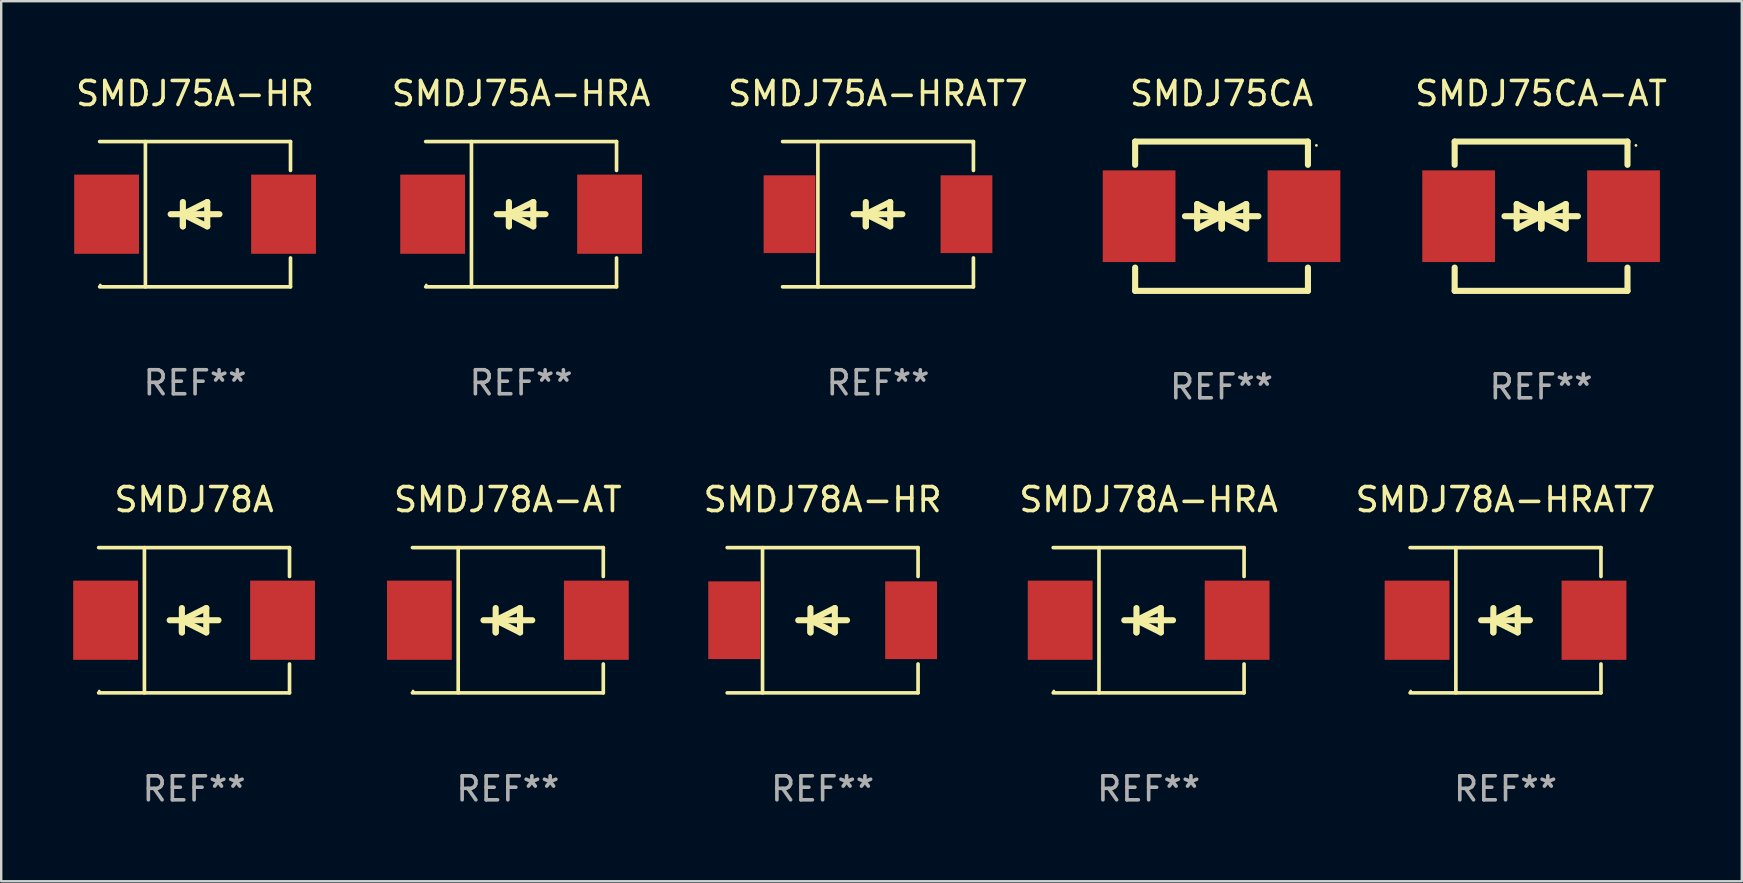
<source format=kicad_pcb>
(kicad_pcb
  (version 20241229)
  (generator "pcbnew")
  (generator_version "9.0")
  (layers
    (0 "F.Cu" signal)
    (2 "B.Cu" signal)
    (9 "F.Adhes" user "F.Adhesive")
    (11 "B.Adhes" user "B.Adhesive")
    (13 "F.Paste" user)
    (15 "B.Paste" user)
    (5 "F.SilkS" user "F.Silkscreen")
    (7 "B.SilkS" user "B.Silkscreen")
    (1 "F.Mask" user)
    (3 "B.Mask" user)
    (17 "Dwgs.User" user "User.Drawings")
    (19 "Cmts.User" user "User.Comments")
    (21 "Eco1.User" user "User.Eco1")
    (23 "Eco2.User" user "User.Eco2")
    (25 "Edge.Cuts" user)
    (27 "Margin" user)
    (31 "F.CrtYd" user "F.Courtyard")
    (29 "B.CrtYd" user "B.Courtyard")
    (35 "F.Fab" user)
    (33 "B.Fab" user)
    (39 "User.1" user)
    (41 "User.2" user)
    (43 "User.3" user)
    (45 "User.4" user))
  (footprint "SMDJ78A-HR"
    (layer "F.Cu")
    (at 31.223 22.791)
    (property "Reference" "SMDJ78A-HR" (at 0 -5.026 0) (layer "F.SilkS") (effects (font (size 1 1) (thickness 0.15))))
    (attr through_hole)
    (fp_line (start -3.976 -3.026) (end 3.976 -3.026) (stroke (width 0.152) (type solid)) (layer "F.SilkS"))
    (fp_line (start -3.976 3.026) (end 3.976 3.026) (stroke (width 0.152) (type solid)) (layer "F.SilkS"))
    (fp_line (start -2.504 -3.026) (end -2.504 3.026) (stroke (width 0.152) (type solid)) (layer "F.SilkS"))
    (fp_line (start -0.508 0) (end -0.508 0.508) (stroke (width 0.254) (type solid)) (layer "F.SilkS"))
    (fp_line (start -0.508 0) (end 0.508 0.508) (stroke (width 0.254) (type solid)) (layer "F.SilkS"))
    (fp_line (start -0.508 0.508) (end -0.508 -0.508) (stroke (width 0.254) (type solid)) (layer "F.SilkS"))
    (fp_line (start 0.508 -0.508) (end -0.508 0) (stroke (width 0.254) (type solid)) (layer "F.SilkS"))
    (fp_line (start 0.508 0.508) (end 0.508 -0.508) (stroke (width 0.254) (type solid)) (layer "F.SilkS"))
    (fp_line (start 1.016 0) (end -1.016 0) (stroke (width 0.254) (type solid)) (layer "F.SilkS"))
    (fp_line (start 3.976 -3.026) (end 3.976 -1.823) (stroke (width 0.152) (type solid)) (layer "F.SilkS"))
    (fp_line (start 3.976 3.026) (end 3.976 1.823) (stroke (width 0.152) (type solid)) (layer "F.SilkS"))
    (fp_circle (center 3.95 -2.95) (end 3.98 -2.95) (stroke (width 0.06) (type solid)) (fill no) (layer "F.SilkS"))
    (fp_text user "REF**" (at 0 7.026 0) (layer "F.Fab") (effects (font (size 1 1) (thickness 0.15))))
    (pad "1" smd rect (at 3.686 0 180) (size 2.158 3.24) (layers "F.Cu" "F.Mask" "F.Paste"))
    (pad "2" smd rect (at -3.686 0 180) (size 2.158 3.24) (layers "F.Cu" "F.Mask" "F.Paste")))
  (footprint "SMDJ78A-AT"
    (layer "F.Cu")
    (at 18.109 22.791)
    (property "Reference" "SMDJ78A-AT" (at 0 -5.026 0) (layer "F.SilkS") (effects (font (size 1 1) (thickness 0.15))))
    (attr through_hole)
    (fp_line (start -3.976 -3.026) (end 3.976 -3.026) (stroke (width 0.152) (type solid)) (layer "F.SilkS"))
    (fp_line (start -3.976 3.026) (end 3.976 3.026) (stroke (width 0.152) (type solid)) (layer "F.SilkS"))
    (fp_line (start -2.069 -3.026) (end -2.069 3.026) (stroke (width 0.152) (type solid)) (layer "F.SilkS"))
    (fp_line (start -0.508 0) (end -0.508 0.508) (stroke (width 0.254) (type solid)) (layer "F.SilkS"))
    (fp_line (start -0.508 0) (end 0.508 0.508) (stroke (width 0.254) (type solid)) (layer "F.SilkS"))
    (fp_line (start -0.508 0.508) (end -0.508 -0.508) (stroke (width 0.254) (type solid)) (layer "F.SilkS"))
    (fp_line (start 0.508 -0.508) (end -0.508 0) (stroke (width 0.254) (type solid)) (layer "F.SilkS"))
    (fp_line (start 0.508 0.508) (end 0.508 -0.508) (stroke (width 0.254) (type solid)) (layer "F.SilkS"))
    (fp_line (start 1.016 0) (end -1.016 0) (stroke (width 0.254) (type solid)) (layer "F.SilkS"))
    (fp_line (start 3.976 -3.026) (end 3.976 -1.823) (stroke (width 0.152) (type solid)) (layer "F.SilkS"))
    (fp_line (start 3.976 3.026) (end 3.976 1.823) (stroke (width 0.152) (type solid)) (layer "F.SilkS"))
    (fp_circle (center -3.95 2.95) (end -3.92 2.95) (stroke (width 0.06) (type solid)) (fill no) (layer "F.SilkS"))
    (fp_text user "REF**" (at 0 7.026 0) (layer "F.Fab") (effects (font (size 1 1) (thickness 0.15))))
    (pad "1" smd rect (at -3.686 0) (size 2.7 3.3) (layers "F.Cu" "F.Mask" "F.Paste"))
    (pad "2" smd rect (at 3.686 0) (size 2.7 3.3) (layers "F.Cu" "F.Mask" "F.Paste")))
  (footprint "SMDJ78A-HRA"
    (layer "F.Cu")
    (at 44.806 22.791)
    (property "Reference" "SMDJ78A-HRA" (at 0 -5.026 0) (layer "F.SilkS") (effects (font (size 1 1) (thickness 0.15))))
    (attr through_hole)
    (fp_line (start -3.976 -3.026) (end 3.976 -3.026) (stroke (width 0.152) (type solid)) (layer "F.SilkS"))
    (fp_line (start -3.976 3.026) (end 3.976 3.026) (stroke (width 0.152) (type solid)) (layer "F.SilkS"))
    (fp_line (start -2.069 -3.026) (end -2.069 3.026) (stroke (width 0.152) (type solid)) (layer "F.SilkS"))
    (fp_line (start -0.508 0) (end -0.508 0.508) (stroke (width 0.254) (type solid)) (layer "F.SilkS"))
    (fp_line (start -0.508 0) (end 0.508 0.508) (stroke (width 0.254) (type solid)) (layer "F.SilkS"))
    (fp_line (start -0.508 0.508) (end -0.508 -0.508) (stroke (width 0.254) (type solid)) (layer "F.SilkS"))
    (fp_line (start 0.508 -0.508) (end -0.508 0) (stroke (width 0.254) (type solid)) (layer "F.SilkS"))
    (fp_line (start 0.508 0.508) (end 0.508 -0.508) (stroke (width 0.254) (type solid)) (layer "F.SilkS"))
    (fp_line (start 1.016 0) (end -1.016 0) (stroke (width 0.254) (type solid)) (layer "F.SilkS"))
    (fp_line (start 3.976 -3.026) (end 3.976 -1.823) (stroke (width 0.152) (type solid)) (layer "F.SilkS"))
    (fp_line (start 3.976 3.026) (end 3.976 1.823) (stroke (width 0.152) (type solid)) (layer "F.SilkS"))
    (fp_circle (center -3.95 2.95) (end -3.92 2.95) (stroke (width 0.06) (type solid)) (fill no) (layer "F.SilkS"))
    (fp_text user "REF**" (at 0 7.026 0) (layer "F.Fab") (effects (font (size 1 1) (thickness 0.15))))
    (pad "1" smd rect (at -3.686 0) (size 2.7 3.3) (layers "F.Cu" "F.Mask" "F.Paste"))
    (pad "2" smd rect (at 3.686 0) (size 2.7 3.3) (layers "F.Cu" "F.Mask" "F.Paste")))
  (footprint "SMDJ75A-HR"
    (layer "F.Cu")
    (at 5.077 5.874)
    (property "Reference" "SMDJ75A-HR" (at 0 -5.026 0) (layer "F.SilkS") (effects (font (size 1 1) (thickness 0.15))))
    (attr through_hole)
    (fp_line (start -3.976 -3.026) (end 3.976 -3.026) (stroke (width 0.152) (type solid)) (layer "F.SilkS"))
    (fp_line (start -3.976 3.026) (end 3.976 3.026) (stroke (width 0.152) (type solid)) (layer "F.SilkS"))
    (fp_line (start -2.069 -3.026) (end -2.069 3.026) (stroke (width 0.152) (type solid)) (layer "F.SilkS"))
    (fp_line (start -0.508 0) (end -0.508 0.508) (stroke (width 0.254) (type solid)) (layer "F.SilkS"))
    (fp_line (start -0.508 0) (end 0.508 0.508) (stroke (width 0.254) (type solid)) (layer "F.SilkS"))
    (fp_line (start -0.508 0.508) (end -0.508 -0.508) (stroke (width 0.254) (type solid)) (layer "F.SilkS"))
    (fp_line (start 0.508 -0.508) (end -0.508 0) (stroke (width 0.254) (type solid)) (layer "F.SilkS"))
    (fp_line (start 0.508 0.508) (end 0.508 -0.508) (stroke (width 0.254) (type solid)) (layer "F.SilkS"))
    (fp_line (start 1.016 0) (end -1.016 0) (stroke (width 0.254) (type solid)) (layer "F.SilkS"))
    (fp_line (start 3.976 -3.026) (end 3.976 -1.823) (stroke (width 0.152) (type solid)) (layer "F.SilkS"))
    (fp_line (start 3.976 3.026) (end 3.976 1.823) (stroke (width 0.152) (type solid)) (layer "F.SilkS"))
    (fp_circle (center -3.95 2.95) (end -3.92 2.95) (stroke (width 0.06) (type solid)) (fill no) (layer "F.SilkS"))
    (fp_text user "REF**" (at 0 7.026 0) (layer "F.Fab") (effects (font (size 1 1) (thickness 0.15))))
    (pad "1" smd rect (at -3.686 0) (size 2.7 3.3) (layers "F.Cu" "F.Mask" "F.Paste"))
    (pad "2" smd rect (at 3.686 0) (size 2.7 3.3) (layers "F.Cu" "F.Mask" "F.Paste")))
  (footprint "SMDJ75CA-AT"
    (layer "F.Cu")
    (at 61.156 5.958)
    (property "Reference" "SMDJ75CA-AT" (at 0 -5.11 0) (layer "F.SilkS") (effects (font (size 1 1) (thickness 0.15))))
    (attr through_hole)
    (fp_line (start -3.6 -2.141) (end -3.6 -3.11) (stroke (width 0.254) (type solid)) (layer "F.SilkS"))
    (fp_line (start -3.6 3.11) (end -3.6 2.141) (stroke (width 0.254) (type solid)) (layer "F.SilkS"))
    (fp_line (start -1.524 0) (end 0.508 0) (stroke (width 0.254) (type solid)) (layer "F.SilkS"))
    (fp_line (start -1.016 -0.508) (end -1.016 0.508) (stroke (width 0.254) (type solid)) (layer "F.SilkS"))
    (fp_line (start -1.016 0.508) (end 0 0) (stroke (width 0.254) (type solid)) (layer "F.SilkS"))
    (fp_line (start 0 -0.508) (end 0 0.508) (stroke (width 0.254) (type solid)) (layer "F.SilkS"))
    (fp_line (start 0 0) (end -1.016 -0.508) (stroke (width 0.254) (type solid)) (layer "F.SilkS"))
    (fp_line (start 0 0) (end 0 -0.508) (stroke (width 0.254) (type solid)) (layer "F.SilkS"))
    (fp_line (start 0.012 0) (end 0.012 0.508) (stroke (width 0.254) (type solid)) (layer "F.SilkS"))
    (fp_line (start 0.012 0) (end 1.028 0.508) (stroke (width 0.254) (type solid)) (layer "F.SilkS"))
    (fp_line (start 0.012 0.508) (end 0.012 -0.508) (stroke (width 0.254) (type solid)) (layer "F.SilkS"))
    (fp_line (start 1.028 -0.508) (end 0.012 0) (stroke (width 0.254) (type solid)) (layer "F.SilkS"))
    (fp_line (start 1.028 0.508) (end 1.028 -0.508) (stroke (width 0.254) (type solid)) (layer "F.SilkS"))
    (fp_line (start 1.536 0) (end -0.496 0) (stroke (width 0.254) (type solid)) (layer "F.SilkS"))
    (fp_line (start 3.6 -3.11) (end -3.6 -3.11) (stroke (width 0.254) (type solid)) (layer "F.SilkS"))
    (fp_line (start 3.6 -2.141) (end 3.6 -3.11) (stroke (width 0.254) (type solid)) (layer "F.SilkS"))
    (fp_line (start 3.6 3.11) (end -3.6 3.11) (stroke (width 0.254) (type solid)) (layer "F.SilkS"))
    (fp_line (start 3.6 3.11) (end 3.6 2.141) (stroke (width 0.254) (type solid)) (layer "F.SilkS"))
    (fp_circle (center 3.952 -2.95) (end 3.982 -2.95) (stroke (width 0.06) (type solid)) (fill no) (layer "F.SilkS"))
    (fp_text user "REF**" (at 0 7.11 0) (layer "F.Fab") (effects (font (size 1 1) (thickness 0.15))))
    (pad "1" smd rect (at 3.435 0) (size 3.03 3.82) (layers "F.Cu" "F.Mask" "F.Paste"))
    (pad "2" smd rect (at -3.435 0) (size 3.03 3.82) (layers "F.Cu" "F.Mask" "F.Paste")))
  (footprint "SMDJ75A-HRA"
    (layer "F.Cu")
    (at 18.661 5.874)
    (property "Reference" "SMDJ75A-HRA" (at 0 -5.026 0) (layer "F.SilkS") (effects (font (size 1 1) (thickness 0.15))))
    (attr through_hole)
    (fp_line (start -3.976 -3.026) (end 3.976 -3.026) (stroke (width 0.152) (type solid)) (layer "F.SilkS"))
    (fp_line (start -3.976 3.026) (end 3.976 3.026) (stroke (width 0.152) (type solid)) (layer "F.SilkS"))
    (fp_line (start -2.069 -3.026) (end -2.069 3.026) (stroke (width 0.152) (type solid)) (layer "F.SilkS"))
    (fp_line (start -0.508 0) (end -0.508 0.508) (stroke (width 0.254) (type solid)) (layer "F.SilkS"))
    (fp_line (start -0.508 0) (end 0.508 0.508) (stroke (width 0.254) (type solid)) (layer "F.SilkS"))
    (fp_line (start -0.508 0.508) (end -0.508 -0.508) (stroke (width 0.254) (type solid)) (layer "F.SilkS"))
    (fp_line (start 0.508 -0.508) (end -0.508 0) (stroke (width 0.254) (type solid)) (layer "F.SilkS"))
    (fp_line (start 0.508 0.508) (end 0.508 -0.508) (stroke (width 0.254) (type solid)) (layer "F.SilkS"))
    (fp_line (start 1.016 0) (end -1.016 0) (stroke (width 0.254) (type solid)) (layer "F.SilkS"))
    (fp_line (start 3.976 -3.026) (end 3.976 -1.823) (stroke (width 0.152) (type solid)) (layer "F.SilkS"))
    (fp_line (start 3.976 3.026) (end 3.976 1.823) (stroke (width 0.152) (type solid)) (layer "F.SilkS"))
    (fp_circle (center -3.95 2.95) (end -3.92 2.95) (stroke (width 0.06) (type solid)) (fill no) (layer "F.SilkS"))
    (fp_text user "REF**" (at 0 7.026 0) (layer "F.Fab") (effects (font (size 1 1) (thickness 0.15))))
    (pad "1" smd rect (at -3.686 0) (size 2.7 3.3) (layers "F.Cu" "F.Mask" "F.Paste"))
    (pad "2" smd rect (at 3.686 0) (size 2.7 3.3) (layers "F.Cu" "F.Mask" "F.Paste")))
  (footprint "SMDJ75CA"
    (layer "F.Cu")
    (at 47.843 5.958)
    (property "Reference" "SMDJ75CA" (at 0 -5.11 0) (layer "F.SilkS") (effects (font (size 1 1) (thickness 0.15))))
    (attr through_hole)
    (fp_line (start -3.6 -2.141) (end -3.6 -3.11) (stroke (width 0.254) (type solid)) (layer "F.SilkS"))
    (fp_line (start -3.6 3.11) (end -3.6 2.141) (stroke (width 0.254) (type solid)) (layer "F.SilkS"))
    (fp_line (start -1.524 0) (end 0.508 0) (stroke (width 0.254) (type solid)) (layer "F.SilkS"))
    (fp_line (start -1.016 -0.508) (end -1.016 0.508) (stroke (width 0.254) (type solid)) (layer "F.SilkS"))
    (fp_line (start -1.016 0.508) (end 0 0) (stroke (width 0.254) (type solid)) (layer "F.SilkS"))
    (fp_line (start 0 -0.508) (end 0 0.508) (stroke (width 0.254) (type solid)) (layer "F.SilkS"))
    (fp_line (start 0 0) (end -1.016 -0.508) (stroke (width 0.254) (type solid)) (layer "F.SilkS"))
    (fp_line (start 0 0) (end 0 -0.508) (stroke (width 0.254) (type solid)) (layer "F.SilkS"))
    (fp_line (start 0.012 0) (end 0.012 0.508) (stroke (width 0.254) (type solid)) (layer "F.SilkS"))
    (fp_line (start 0.012 0) (end 1.028 0.508) (stroke (width 0.254) (type solid)) (layer "F.SilkS"))
    (fp_line (start 0.012 0.508) (end 0.012 -0.508) (stroke (width 0.254) (type solid)) (layer "F.SilkS"))
    (fp_line (start 1.028 -0.508) (end 0.012 0) (stroke (width 0.254) (type solid)) (layer "F.SilkS"))
    (fp_line (start 1.028 0.508) (end 1.028 -0.508) (stroke (width 0.254) (type solid)) (layer "F.SilkS"))
    (fp_line (start 1.536 0) (end -0.496 0) (stroke (width 0.254) (type solid)) (layer "F.SilkS"))
    (fp_line (start 3.6 -3.11) (end -3.6 -3.11) (stroke (width 0.254) (type solid)) (layer "F.SilkS"))
    (fp_line (start 3.6 -2.141) (end 3.6 -3.11) (stroke (width 0.254) (type solid)) (layer "F.SilkS"))
    (fp_line (start 3.6 3.11) (end -3.6 3.11) (stroke (width 0.254) (type solid)) (layer "F.SilkS"))
    (fp_line (start 3.6 3.11) (end 3.6 2.141) (stroke (width 0.254) (type solid)) (layer "F.SilkS"))
    (fp_circle (center 3.952 -2.95) (end 3.982 -2.95) (stroke (width 0.06) (type solid)) (fill no) (layer "F.SilkS"))
    (fp_text user "REF**" (at 0 7.11 0) (layer "F.Fab") (effects (font (size 1 1) (thickness 0.15))))
    (pad "1" smd rect (at 3.435 0) (size 3.03 3.82) (layers "F.Cu" "F.Mask" "F.Paste"))
    (pad "2" smd rect (at -3.435 0) (size 3.03 3.82) (layers "F.Cu" "F.Mask" "F.Paste")))
  (footprint "SMDJ78A"
    (layer "F.Cu")
    (at 5.036 22.791)
    (property "Reference" "SMDJ78A" (at 0 -5.026 0) (layer "F.SilkS") (effects (font (size 1 1) (thickness 0.15))))
    (attr through_hole)
    (fp_line (start -3.976 -3.026) (end 3.976 -3.026) (stroke (width 0.152) (type solid)) (layer "F.SilkS"))
    (fp_line (start -3.976 3.026) (end 3.976 3.026) (stroke (width 0.152) (type solid)) (layer "F.SilkS"))
    (fp_line (start -2.069 -3.026) (end -2.069 3.026) (stroke (width 0.152) (type solid)) (layer "F.SilkS"))
    (fp_line (start -0.508 0) (end -0.508 0.508) (stroke (width 0.254) (type solid)) (layer "F.SilkS"))
    (fp_line (start -0.508 0) (end 0.508 0.508) (stroke (width 0.254) (type solid)) (layer "F.SilkS"))
    (fp_line (start -0.508 0.508) (end -0.508 -0.508) (stroke (width 0.254) (type solid)) (layer "F.SilkS"))
    (fp_line (start 0.508 -0.508) (end -0.508 0) (stroke (width 0.254) (type solid)) (layer "F.SilkS"))
    (fp_line (start 0.508 0.508) (end 0.508 -0.508) (stroke (width 0.254) (type solid)) (layer "F.SilkS"))
    (fp_line (start 1.016 0) (end -1.016 0) (stroke (width 0.254) (type solid)) (layer "F.SilkS"))
    (fp_line (start 3.976 -3.026) (end 3.976 -1.823) (stroke (width 0.152) (type solid)) (layer "F.SilkS"))
    (fp_line (start 3.976 3.026) (end 3.976 1.823) (stroke (width 0.152) (type solid)) (layer "F.SilkS"))
    (fp_circle (center -3.95 2.95) (end -3.92 2.95) (stroke (width 0.06) (type solid)) (fill no) (layer "F.SilkS"))
    (fp_text user "REF**" (at 0 7.026 0) (layer "F.Fab") (effects (font (size 1 1) (thickness 0.15))))
    (pad "1" smd rect (at -3.686 0) (size 2.7 3.3) (layers "F.Cu" "F.Mask" "F.Paste"))
    (pad "2" smd rect (at 3.686 0) (size 2.7 3.3) (layers "F.Cu" "F.Mask" "F.Paste")))
  (footprint "SMDJ75A-HRAT7"
    (layer "F.Cu")
    (at 33.53 5.874)
    (property "Reference" "SMDJ75A-HRAT7" (at 0 -5.026 0) (layer "F.SilkS") (effects (font (size 1 1) (thickness 0.15))))
    (attr through_hole)
    (fp_line (start -3.976 -3.026) (end 3.976 -3.026) (stroke (width 0.152) (type solid)) (layer "F.SilkS"))
    (fp_line (start -3.976 3.026) (end 3.976 3.026) (stroke (width 0.152) (type solid)) (layer "F.SilkS"))
    (fp_line (start -2.504 -3.026) (end -2.504 3.026) (stroke (width 0.152) (type solid)) (layer "F.SilkS"))
    (fp_line (start -0.508 0) (end -0.508 0.508) (stroke (width 0.254) (type solid)) (layer "F.SilkS"))
    (fp_line (start -0.508 0) (end 0.508 0.508) (stroke (width 0.254) (type solid)) (layer "F.SilkS"))
    (fp_line (start -0.508 0.508) (end -0.508 -0.508) (stroke (width 0.254) (type solid)) (layer "F.SilkS"))
    (fp_line (start 0.508 -0.508) (end -0.508 0) (stroke (width 0.254) (type solid)) (layer "F.SilkS"))
    (fp_line (start 0.508 0.508) (end 0.508 -0.508) (stroke (width 0.254) (type solid)) (layer "F.SilkS"))
    (fp_line (start 1.016 0) (end -1.016 0) (stroke (width 0.254) (type solid)) (layer "F.SilkS"))
    (fp_line (start 3.976 -3.026) (end 3.976 -1.823) (stroke (width 0.152) (type solid)) (layer "F.SilkS"))
    (fp_line (start 3.976 3.026) (end 3.976 1.823) (stroke (width 0.152) (type solid)) (layer "F.SilkS"))
    (fp_circle (center 3.95 -2.95) (end 3.98 -2.95) (stroke (width 0.06) (type solid)) (fill no) (layer "F.SilkS"))
    (fp_text user "REF**" (at 0 7.026 0) (layer "F.Fab") (effects (font (size 1 1) (thickness 0.15))))
    (pad "1" smd rect (at 3.686 0 180) (size 2.158 3.24) (layers "F.Cu" "F.Mask" "F.Paste"))
    (pad "2" smd rect (at -3.686 0 180) (size 2.158 3.24) (layers "F.Cu" "F.Mask" "F.Paste")))
  (footprint "SMDJ78A-HRAT7"
    (layer "F.Cu")
    (at 59.675 22.791)
    (property "Reference" "SMDJ78A-HRAT7" (at 0 -5.026 0) (layer "F.SilkS") (effects (font (size 1 1) (thickness 0.15))))
    (attr through_hole)
    (fp_line (start -3.976 -3.026) (end 3.976 -3.026) (stroke (width 0.152) (type solid)) (layer "F.SilkS"))
    (fp_line (start -3.976 3.026) (end 3.976 3.026) (stroke (width 0.152) (type solid)) (layer "F.SilkS"))
    (fp_line (start -2.069 -3.026) (end -2.069 3.026) (stroke (width 0.152) (type solid)) (layer "F.SilkS"))
    (fp_line (start -0.508 0) (end -0.508 0.508) (stroke (width 0.254) (type solid)) (layer "F.SilkS"))
    (fp_line (start -0.508 0) (end 0.508 0.508) (stroke (width 0.254) (type solid)) (layer "F.SilkS"))
    (fp_line (start -0.508 0.508) (end -0.508 -0.508) (stroke (width 0.254) (type solid)) (layer "F.SilkS"))
    (fp_line (start 0.508 -0.508) (end -0.508 0) (stroke (width 0.254) (type solid)) (layer "F.SilkS"))
    (fp_line (start 0.508 0.508) (end 0.508 -0.508) (stroke (width 0.254) (type solid)) (layer "F.SilkS"))
    (fp_line (start 1.016 0) (end -1.016 0) (stroke (width 0.254) (type solid)) (layer "F.SilkS"))
    (fp_line (start 3.976 -3.026) (end 3.976 -1.823) (stroke (width 0.152) (type solid)) (layer "F.SilkS"))
    (fp_line (start 3.976 3.026) (end 3.976 1.823) (stroke (width 0.152) (type solid)) (layer "F.SilkS"))
    (fp_circle (center -3.95 2.95) (end -3.92 2.95) (stroke (width 0.06) (type solid)) (fill no) (layer "F.SilkS"))
    (fp_text user "REF**" (at 0 7.026 0) (layer "F.Fab") (effects (font (size 1 1) (thickness 0.15))))
    (pad "1" smd rect (at -3.686 0) (size 2.7 3.3) (layers "F.Cu" "F.Mask" "F.Paste"))
    (pad "2" smd rect (at 3.686 0) (size 2.7 3.3) (layers "F.Cu" "F.Mask" "F.Paste")))
  (gr_rect
    (start -3 -3)
    (end 69.519 33.665)
    (stroke (width 0.1) (type default))
    (fill no)
    (layer "Edge.Cuts")))
</source>
